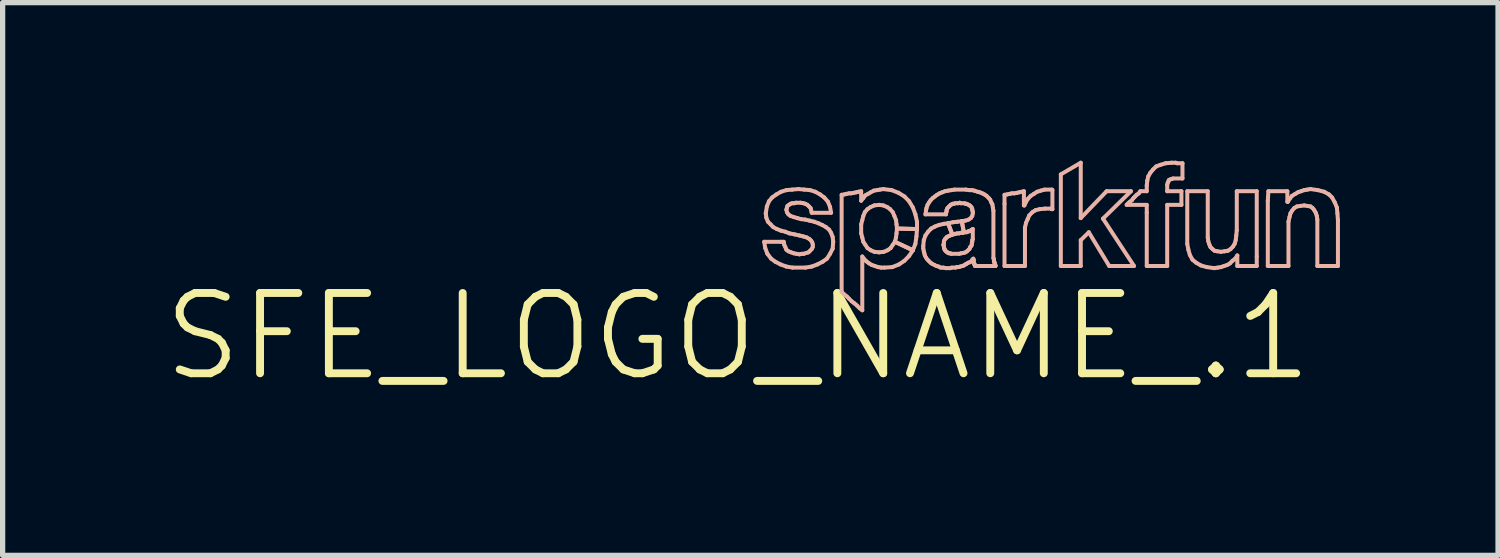
<source format=kicad_pcb>
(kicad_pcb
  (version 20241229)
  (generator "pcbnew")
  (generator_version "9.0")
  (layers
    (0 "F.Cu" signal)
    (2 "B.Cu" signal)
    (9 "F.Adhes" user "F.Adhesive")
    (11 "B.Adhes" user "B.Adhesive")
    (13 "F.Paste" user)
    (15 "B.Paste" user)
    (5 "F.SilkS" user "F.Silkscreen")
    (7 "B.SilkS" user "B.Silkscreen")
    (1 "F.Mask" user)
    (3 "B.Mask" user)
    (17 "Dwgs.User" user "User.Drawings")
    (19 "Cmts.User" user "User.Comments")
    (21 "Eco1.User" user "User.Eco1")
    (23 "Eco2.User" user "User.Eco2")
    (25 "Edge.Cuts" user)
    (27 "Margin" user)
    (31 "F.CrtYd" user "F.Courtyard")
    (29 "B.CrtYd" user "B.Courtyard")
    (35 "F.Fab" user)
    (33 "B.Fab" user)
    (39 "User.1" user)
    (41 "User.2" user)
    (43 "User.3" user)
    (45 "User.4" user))
  (footprint "SFE_LOGO_NAME_.1"
    (layer "F.Cu")
    (at 10.958 3.338)
    (property "Reference" "SFE_LOGO_NAME_.1" (at 0 0 0) (layer "F.SilkS") (effects (font (size 1.524 1.524) (thickness 0.15))))
    (attr exclude_from_pos_files exclude_from_bom)
    (fp_line (start 0.498 -1.798) (end 0.818 -1.798) (stroke (width 0.076) (type solid)) (layer "B.SilkS"))
    (fp_line (start 0.518 -1.679) (end 0.498 -1.798) (stroke (width 0.076) (type solid)) (layer "B.SilkS"))
    (fp_line (start 0.528 -2.339) (end 0.549 -2.469) (stroke (width 0.076) (type solid)) (layer "B.SilkS"))
    (fp_line (start 0.538 -2.258) (end 0.528 -2.339) (stroke (width 0.076) (type solid)) (layer "B.SilkS"))
    (fp_line (start 0.549 -2.469) (end 0.589 -2.568) (stroke (width 0.076) (type solid)) (layer "B.SilkS"))
    (fp_line (start 0.559 -1.57) (end 0.518 -1.679) (stroke (width 0.076) (type solid)) (layer "B.SilkS"))
    (fp_line (start 0.569 -2.179) (end 0.538 -2.258) (stroke (width 0.076) (type solid)) (layer "B.SilkS"))
    (fp_line (start 0.589 -2.568) (end 0.648 -2.639) (stroke (width 0.076) (type solid)) (layer "B.SilkS"))
    (fp_line (start 0.62 -2.129) (end 0.569 -2.179) (stroke (width 0.076) (type solid)) (layer "B.SilkS"))
    (fp_line (start 0.63 -1.478) (end 0.559 -1.57) (stroke (width 0.076) (type solid)) (layer "B.SilkS"))
    (fp_line (start 0.648 -2.639) (end 0.729 -2.697) (stroke (width 0.076) (type solid)) (layer "B.SilkS"))
    (fp_line (start 0.668 -2.078) (end 0.62 -2.129) (stroke (width 0.076) (type solid)) (layer "B.SilkS"))
    (fp_line (start 0.709 -1.42) (end 0.63 -1.478) (stroke (width 0.076) (type solid)) (layer "B.SilkS"))
    (fp_line (start 0.729 -2.697) (end 0.818 -2.748) (stroke (width 0.076) (type solid)) (layer "B.SilkS"))
    (fp_line (start 0.739 -2.04) (end 0.668 -2.078) (stroke (width 0.076) (type solid)) (layer "B.SilkS"))
    (fp_line (start 0.808 -1.369) (end 0.709 -1.42) (stroke (width 0.076) (type solid)) (layer "B.SilkS"))
    (fp_line (start 0.818 -2.748) (end 0.919 -2.779) (stroke (width 0.076) (type solid)) (layer "B.SilkS"))
    (fp_line (start 0.818 -2.009) (end 0.739 -2.04) (stroke (width 0.076) (type solid)) (layer "B.SilkS"))
    (fp_line (start 0.818 -1.798) (end 0.869 -1.798) (stroke (width 0.076) (type solid)) (layer "B.SilkS"))
    (fp_line (start 0.869 -1.798) (end 0.879 -1.74) (stroke (width 0.076) (type solid)) (layer "B.SilkS"))
    (fp_line (start 0.879 -1.74) (end 0.899 -1.699) (stroke (width 0.076) (type solid)) (layer "B.SilkS"))
    (fp_line (start 0.899 -1.989) (end 0.818 -2.009) (stroke (width 0.076) (type solid)) (layer "B.SilkS"))
    (fp_line (start 0.899 -1.699) (end 0.919 -1.648) (stroke (width 0.076) (type solid)) (layer "B.SilkS"))
    (fp_line (start 0.919 -2.779) (end 1.029 -2.789) (stroke (width 0.076) (type solid)) (layer "B.SilkS"))
    (fp_line (start 0.919 -2.408) (end 0.93 -2.36) (stroke (width 0.076) (type solid)) (layer "B.SilkS"))
    (fp_line (start 0.919 -1.648) (end 0.958 -1.618) (stroke (width 0.076) (type solid)) (layer "B.SilkS"))
    (fp_line (start 0.919 -1.328) (end 0.808 -1.369) (stroke (width 0.076) (type solid)) (layer "B.SilkS"))
    (fp_line (start 0.93 -2.449) (end 0.919 -2.408) (stroke (width 0.076) (type solid)) (layer "B.SilkS"))
    (fp_line (start 0.93 -2.36) (end 0.958 -2.319) (stroke (width 0.076) (type solid)) (layer "B.SilkS"))
    (fp_line (start 0.94 -2.479) (end 0.93 -2.449) (stroke (width 0.076) (type solid)) (layer "B.SilkS"))
    (fp_line (start 0.958 -2.319) (end 0.998 -2.289) (stroke (width 0.076) (type solid)) (layer "B.SilkS"))
    (fp_line (start 0.958 -1.618) (end 1.008 -1.598) (stroke (width 0.076) (type solid)) (layer "B.SilkS"))
    (fp_line (start 0.968 -2.499) (end 0.94 -2.479) (stroke (width 0.076) (type solid)) (layer "B.SilkS"))
    (fp_line (start 0.978 -1.958) (end 0.899 -1.989) (stroke (width 0.076) (type solid)) (layer "B.SilkS"))
    (fp_line (start 0.998 -2.52) (end 0.968 -2.499) (stroke (width 0.076) (type solid)) (layer "B.SilkS"))
    (fp_line (start 0.998 -2.289) (end 1.059 -2.268) (stroke (width 0.076) (type solid)) (layer "B.SilkS"))
    (fp_line (start 1.008 -1.598) (end 1.059 -1.58) (stroke (width 0.076) (type solid)) (layer "B.SilkS"))
    (fp_line (start 1.029 -2.789) (end 1.148 -2.799) (stroke (width 0.076) (type solid)) (layer "B.SilkS"))
    (fp_line (start 1.029 -2.53) (end 0.998 -2.52) (stroke (width 0.076) (type solid)) (layer "B.SilkS"))
    (fp_line (start 1.039 -1.308) (end 0.919 -1.328) (stroke (width 0.076) (type solid)) (layer "B.SilkS"))
    (fp_line (start 1.059 -2.268) (end 1.128 -2.248) (stroke (width 0.076) (type solid)) (layer "B.SilkS"))
    (fp_line (start 1.059 -1.58) (end 1.11 -1.57) (stroke (width 0.076) (type solid)) (layer "B.SilkS"))
    (fp_line (start 1.069 -2.53) (end 1.029 -2.53) (stroke (width 0.076) (type solid)) (layer "B.SilkS"))
    (fp_line (start 1.079 -1.938) (end 0.978 -1.958) (stroke (width 0.076) (type solid)) (layer "B.SilkS"))
    (fp_line (start 1.1 -2.54) (end 1.069 -2.53) (stroke (width 0.076) (type solid)) (layer "B.SilkS"))
    (fp_line (start 1.11 -1.57) (end 1.168 -1.56) (stroke (width 0.076) (type solid)) (layer "B.SilkS"))
    (fp_line (start 1.128 -2.248) (end 1.199 -2.228) (stroke (width 0.076) (type solid)) (layer "B.SilkS"))
    (fp_line (start 1.148 -2.799) (end 1.26 -2.789) (stroke (width 0.076) (type solid)) (layer "B.SilkS"))
    (fp_line (start 1.168 -1.918) (end 1.079 -1.938) (stroke (width 0.076) (type solid)) (layer "B.SilkS"))
    (fp_line (start 1.168 -1.56) (end 1.209 -1.57) (stroke (width 0.076) (type solid)) (layer "B.SilkS"))
    (fp_line (start 1.189 -2.54) (end 1.1 -2.54) (stroke (width 0.076) (type solid)) (layer "B.SilkS"))
    (fp_line (start 1.199 -2.228) (end 1.278 -2.22) (stroke (width 0.076) (type solid)) (layer "B.SilkS"))
    (fp_line (start 1.209 -1.57) (end 1.25 -1.57) (stroke (width 0.076) (type solid)) (layer "B.SilkS"))
    (fp_line (start 1.24 -2.53) (end 1.189 -2.54) (stroke (width 0.076) (type solid)) (layer "B.SilkS"))
    (fp_line (start 1.24 -1.9) (end 1.168 -1.918) (stroke (width 0.076) (type solid)) (layer "B.SilkS"))
    (fp_line (start 1.25 -1.57) (end 1.298 -1.587) (stroke (width 0.076) (type solid)) (layer "B.SilkS"))
    (fp_line (start 1.26 -2.789) (end 1.369 -2.779) (stroke (width 0.076) (type solid)) (layer "B.SilkS"))
    (fp_line (start 1.278 -2.52) (end 1.24 -2.53) (stroke (width 0.076) (type solid)) (layer "B.SilkS"))
    (fp_line (start 1.278 -2.22) (end 1.359 -2.2) (stroke (width 0.076) (type solid)) (layer "B.SilkS"))
    (fp_line (start 1.278 -1.308) (end 1.039 -1.308) (stroke (width 0.076) (type solid)) (layer "B.SilkS"))
    (fp_line (start 1.298 -1.587) (end 1.339 -1.598) (stroke (width 0.076) (type solid)) (layer "B.SilkS"))
    (fp_line (start 1.308 -1.88) (end 1.24 -1.9) (stroke (width 0.076) (type solid)) (layer "B.SilkS"))
    (fp_line (start 1.318 -2.499) (end 1.278 -2.52) (stroke (width 0.076) (type solid)) (layer "B.SilkS"))
    (fp_line (start 1.339 -1.598) (end 1.369 -1.628) (stroke (width 0.076) (type solid)) (layer "B.SilkS"))
    (fp_line (start 1.349 -2.469) (end 1.318 -2.499) (stroke (width 0.076) (type solid)) (layer "B.SilkS"))
    (fp_line (start 1.359 -2.2) (end 1.448 -2.179) (stroke (width 0.076) (type solid)) (layer "B.SilkS"))
    (fp_line (start 1.359 -1.849) (end 1.308 -1.88) (stroke (width 0.076) (type solid)) (layer "B.SilkS"))
    (fp_line (start 1.369 -2.779) (end 1.468 -2.748) (stroke (width 0.076) (type solid)) (layer "B.SilkS"))
    (fp_line (start 1.369 -1.628) (end 1.4 -1.659) (stroke (width 0.076) (type solid)) (layer "B.SilkS"))
    (fp_line (start 1.379 -2.438) (end 1.349 -2.469) (stroke (width 0.076) (type solid)) (layer "B.SilkS"))
    (fp_line (start 1.389 -2.398) (end 1.379 -2.438) (stroke (width 0.076) (type solid)) (layer "B.SilkS"))
    (fp_line (start 1.389 -1.819) (end 1.359 -1.849) (stroke (width 0.076) (type solid)) (layer "B.SilkS"))
    (fp_line (start 1.4 -2.349) (end 1.389 -2.398) (stroke (width 0.076) (type solid)) (layer "B.SilkS"))
    (fp_line (start 1.4 -1.659) (end 1.42 -1.699) (stroke (width 0.076) (type solid)) (layer "B.SilkS"))
    (fp_line (start 1.4 -1.328) (end 1.278 -1.308) (stroke (width 0.076) (type solid)) (layer "B.SilkS"))
    (fp_line (start 1.41 -1.788) (end 1.389 -1.819) (stroke (width 0.076) (type solid)) (layer "B.SilkS"))
    (fp_line (start 1.42 -1.748) (end 1.41 -1.788) (stroke (width 0.076) (type solid)) (layer "B.SilkS"))
    (fp_line (start 1.42 -1.699) (end 1.42 -1.748) (stroke (width 0.076) (type solid)) (layer "B.SilkS"))
    (fp_line (start 1.448 -2.179) (end 1.529 -2.149) (stroke (width 0.076) (type solid)) (layer "B.SilkS"))
    (fp_line (start 1.468 -2.748) (end 1.56 -2.697) (stroke (width 0.076) (type solid)) (layer "B.SilkS"))
    (fp_line (start 1.509 -1.369) (end 1.4 -1.328) (stroke (width 0.076) (type solid)) (layer "B.SilkS"))
    (fp_line (start 1.529 -2.149) (end 1.598 -2.118) (stroke (width 0.076) (type solid)) (layer "B.SilkS"))
    (fp_line (start 1.56 -2.697) (end 1.638 -2.639) (stroke (width 0.076) (type solid)) (layer "B.SilkS"))
    (fp_line (start 1.598 -2.118) (end 1.669 -2.078) (stroke (width 0.076) (type solid)) (layer "B.SilkS"))
    (fp_line (start 1.608 -1.42) (end 1.509 -1.369) (stroke (width 0.076) (type solid)) (layer "B.SilkS"))
    (fp_line (start 1.638 -2.639) (end 1.709 -2.558) (stroke (width 0.076) (type solid)) (layer "B.SilkS"))
    (fp_line (start 1.669 -2.078) (end 1.73 -2.029) (stroke (width 0.076) (type solid)) (layer "B.SilkS"))
    (fp_line (start 1.689 -1.478) (end 1.608 -1.42) (stroke (width 0.076) (type solid)) (layer "B.SilkS"))
    (fp_line (start 1.709 -2.558) (end 1.748 -2.459) (stroke (width 0.076) (type solid)) (layer "B.SilkS"))
    (fp_line (start 1.73 -2.029) (end 1.768 -1.968) (stroke (width 0.076) (type solid)) (layer "B.SilkS"))
    (fp_line (start 1.748 -2.459) (end 1.768 -2.349) (stroke (width 0.076) (type solid)) (layer "B.SilkS"))
    (fp_line (start 1.748 -1.57) (end 1.689 -1.478) (stroke (width 0.076) (type solid)) (layer "B.SilkS"))
    (fp_line (start 1.768 -2.349) (end 1.4 -2.349) (stroke (width 0.076) (type solid)) (layer "B.SilkS"))
    (fp_line (start 1.768 -1.968) (end 1.798 -1.89) (stroke (width 0.076) (type solid)) (layer "B.SilkS"))
    (fp_line (start 1.798 -1.89) (end 1.808 -1.798) (stroke (width 0.076) (type solid)) (layer "B.SilkS"))
    (fp_line (start 1.798 -1.669) (end 1.748 -1.57) (stroke (width 0.076) (type solid)) (layer "B.SilkS"))
    (fp_line (start 1.808 -1.798) (end 1.798 -1.669) (stroke (width 0.076) (type solid)) (layer "B.SilkS"))
    (fp_line (start 1.968 -2.69) (end 2.019 -2.697) (stroke (width 0.076) (type solid)) (layer "B.SilkS"))
    (fp_line (start 1.968 -0.848) (end 1.968 -2.69) (stroke (width 0.076) (type solid)) (layer "B.SilkS"))
    (fp_line (start 2.019 -2.697) (end 2.06 -2.708) (stroke (width 0.076) (type solid)) (layer "B.SilkS"))
    (fp_line (start 2.019 -0.798) (end 1.968 -0.848) (stroke (width 0.076) (type solid)) (layer "B.SilkS"))
    (fp_line (start 2.06 -2.708) (end 2.108 -2.718) (stroke (width 0.076) (type solid)) (layer "B.SilkS"))
    (fp_line (start 2.068 -0.759) (end 2.019 -0.798) (stroke (width 0.076) (type solid)) (layer "B.SilkS"))
    (fp_line (start 2.108 -2.718) (end 2.149 -2.718) (stroke (width 0.076) (type solid)) (layer "B.SilkS"))
    (fp_line (start 2.108 -0.719) (end 2.068 -0.759) (stroke (width 0.076) (type solid)) (layer "B.SilkS"))
    (fp_line (start 2.149 -2.718) (end 2.2 -2.728) (stroke (width 0.076) (type solid)) (layer "B.SilkS"))
    (fp_line (start 2.159 -0.668) (end 2.108 -0.719) (stroke (width 0.076) (type solid)) (layer "B.SilkS"))
    (fp_line (start 2.2 -2.728) (end 2.248 -2.738) (stroke (width 0.076) (type solid)) (layer "B.SilkS"))
    (fp_line (start 2.21 -0.63) (end 2.159 -0.668) (stroke (width 0.076) (type solid)) (layer "B.SilkS"))
    (fp_line (start 2.248 -2.738) (end 2.289 -2.748) (stroke (width 0.076) (type solid)) (layer "B.SilkS"))
    (fp_line (start 2.258 -0.589) (end 2.21 -0.63) (stroke (width 0.076) (type solid)) (layer "B.SilkS"))
    (fp_line (start 2.289 -2.748) (end 2.339 -2.758) (stroke (width 0.076) (type solid)) (layer "B.SilkS"))
    (fp_line (start 2.309 -0.538) (end 2.258 -0.589) (stroke (width 0.076) (type solid)) (layer "B.SilkS"))
    (fp_line (start 2.339 -2.758) (end 2.339 -2.578) (stroke (width 0.076) (type solid)) (layer "B.SilkS"))
    (fp_line (start 2.339 -2.578) (end 2.38 -2.629) (stroke (width 0.076) (type solid)) (layer "B.SilkS"))
    (fp_line (start 2.339 -2.129) (end 2.339 -1.958) (stroke (width 0.076) (type solid)) (layer "B.SilkS"))
    (fp_line (start 2.339 -1.958) (end 2.36 -1.88) (stroke (width 0.076) (type solid)) (layer "B.SilkS"))
    (fp_line (start 2.36 -2.21) (end 2.339 -2.129) (stroke (width 0.076) (type solid)) (layer "B.SilkS"))
    (fp_line (start 2.36 -1.88) (end 2.38 -1.798) (stroke (width 0.076) (type solid)) (layer "B.SilkS"))
    (fp_line (start 2.36 -1.519) (end 2.36 -0.498) (stroke (width 0.076) (type solid)) (layer "B.SilkS"))
    (fp_line (start 2.36 -0.498) (end 2.309 -0.538) (stroke (width 0.076) (type solid)) (layer "B.SilkS"))
    (fp_line (start 2.38 -2.629) (end 2.418 -2.68) (stroke (width 0.076) (type solid)) (layer "B.SilkS"))
    (fp_line (start 2.38 -2.289) (end 2.36 -2.21) (stroke (width 0.076) (type solid)) (layer "B.SilkS"))
    (fp_line (start 2.38 -1.798) (end 2.418 -1.74) (stroke (width 0.076) (type solid)) (layer "B.SilkS"))
    (fp_line (start 2.398 -1.468) (end 2.36 -1.519) (stroke (width 0.076) (type solid)) (layer "B.SilkS"))
    (fp_line (start 2.408 -2.36) (end 2.38 -2.289) (stroke (width 0.076) (type solid)) (layer "B.SilkS"))
    (fp_line (start 2.418 -2.68) (end 2.469 -2.708) (stroke (width 0.076) (type solid)) (layer "B.SilkS"))
    (fp_line (start 2.418 -1.74) (end 2.459 -1.679) (stroke (width 0.076) (type solid)) (layer "B.SilkS"))
    (fp_line (start 2.438 -1.427) (end 2.398 -1.468) (stroke (width 0.076) (type solid)) (layer "B.SilkS"))
    (fp_line (start 2.459 -2.418) (end 2.408 -2.36) (stroke (width 0.076) (type solid)) (layer "B.SilkS"))
    (fp_line (start 2.459 -1.679) (end 2.52 -1.638) (stroke (width 0.076) (type solid)) (layer "B.SilkS"))
    (fp_line (start 2.469 -2.708) (end 2.52 -2.738) (stroke (width 0.076) (type solid)) (layer "B.SilkS"))
    (fp_line (start 2.489 -1.389) (end 2.438 -1.427) (stroke (width 0.076) (type solid)) (layer "B.SilkS"))
    (fp_line (start 2.52 -2.738) (end 2.578 -2.769) (stroke (width 0.076) (type solid)) (layer "B.SilkS"))
    (fp_line (start 2.52 -2.459) (end 2.459 -2.418) (stroke (width 0.076) (type solid)) (layer "B.SilkS"))
    (fp_line (start 2.52 -1.638) (end 2.588 -1.608) (stroke (width 0.076) (type solid)) (layer "B.SilkS"))
    (fp_line (start 2.54 -1.359) (end 2.489 -1.389) (stroke (width 0.076) (type solid)) (layer "B.SilkS"))
    (fp_line (start 2.578 -2.769) (end 2.639 -2.779) (stroke (width 0.076) (type solid)) (layer "B.SilkS"))
    (fp_line (start 2.588 -2.489) (end 2.52 -2.459) (stroke (width 0.076) (type solid)) (layer "B.SilkS"))
    (fp_line (start 2.588 -1.608) (end 2.68 -1.598) (stroke (width 0.076) (type solid)) (layer "B.SilkS"))
    (fp_line (start 2.598 -1.339) (end 2.54 -1.359) (stroke (width 0.076) (type solid)) (layer "B.SilkS"))
    (fp_line (start 2.639 -2.779) (end 2.697 -2.789) (stroke (width 0.076) (type solid)) (layer "B.SilkS"))
    (fp_line (start 2.659 -1.318) (end 2.598 -1.339) (stroke (width 0.076) (type solid)) (layer "B.SilkS"))
    (fp_line (start 2.68 -2.499) (end 2.588 -2.489) (stroke (width 0.076) (type solid)) (layer "B.SilkS"))
    (fp_line (start 2.68 -1.598) (end 2.769 -1.608) (stroke (width 0.076) (type solid)) (layer "B.SilkS"))
    (fp_line (start 2.697 -2.789) (end 2.758 -2.799) (stroke (width 0.076) (type solid)) (layer "B.SilkS"))
    (fp_line (start 2.718 -1.308) (end 2.659 -1.318) (stroke (width 0.076) (type solid)) (layer "B.SilkS"))
    (fp_line (start 2.758 -2.799) (end 2.918 -2.779) (stroke (width 0.076) (type solid)) (layer "B.SilkS"))
    (fp_line (start 2.758 -2.489) (end 2.68 -2.499) (stroke (width 0.076) (type solid)) (layer "B.SilkS"))
    (fp_line (start 2.769 -1.608) (end 2.84 -1.638) (stroke (width 0.076) (type solid)) (layer "B.SilkS"))
    (fp_line (start 2.779 -1.308) (end 2.718 -1.308) (stroke (width 0.076) (type solid)) (layer "B.SilkS"))
    (fp_line (start 2.83 -2.459) (end 2.758 -2.489) (stroke (width 0.076) (type solid)) (layer "B.SilkS"))
    (fp_line (start 2.84 -1.638) (end 2.898 -1.679) (stroke (width 0.076) (type solid)) (layer "B.SilkS"))
    (fp_line (start 2.888 -2.418) (end 2.83 -2.459) (stroke (width 0.076) (type solid)) (layer "B.SilkS"))
    (fp_line (start 2.898 -1.679) (end 2.939 -1.74) (stroke (width 0.076) (type solid)) (layer "B.SilkS"))
    (fp_line (start 2.918 -2.779) (end 3.048 -2.728) (stroke (width 0.076) (type solid)) (layer "B.SilkS"))
    (fp_line (start 2.929 -1.318) (end 2.779 -1.308) (stroke (width 0.076) (type solid)) (layer "B.SilkS"))
    (fp_line (start 2.939 -2.36) (end 2.888 -2.418) (stroke (width 0.076) (type solid)) (layer "B.SilkS"))
    (fp_line (start 2.939 -1.74) (end 2.979 -1.798) (stroke (width 0.076) (type solid)) (layer "B.SilkS"))
    (fp_line (start 2.969 -2.289) (end 2.939 -2.36) (stroke (width 0.076) (type solid)) (layer "B.SilkS"))
    (fp_line (start 2.979 -1.798) (end 3 -1.88) (stroke (width 0.076) (type solid)) (layer "B.SilkS"))
    (fp_line (start 2.979 -1.798) (end 3.32 -1.638) (stroke (width 0.076) (type solid)) (layer "B.SilkS"))
    (fp_line (start 3 -2.21) (end 2.969 -2.289) (stroke (width 0.076) (type solid)) (layer "B.SilkS"))
    (fp_line (start 3 -1.88) (end 3.01 -1.958) (stroke (width 0.076) (type solid)) (layer "B.SilkS"))
    (fp_line (start 3.01 -2.129) (end 3 -2.21) (stroke (width 0.076) (type solid)) (layer "B.SilkS"))
    (fp_line (start 3.01 -1.958) (end 3.018 -2.05) (stroke (width 0.076) (type solid)) (layer "B.SilkS"))
    (fp_line (start 3.018 -2.05) (end 3.01 -2.129) (stroke (width 0.076) (type solid)) (layer "B.SilkS"))
    (fp_line (start 3.018 -2.05) (end 3.399 -2.04) (stroke (width 0.076) (type solid)) (layer "B.SilkS"))
    (fp_line (start 3.048 -2.728) (end 3.16 -2.659) (stroke (width 0.076) (type solid)) (layer "B.SilkS"))
    (fp_line (start 3.058 -1.369) (end 2.929 -1.318) (stroke (width 0.076) (type solid)) (layer "B.SilkS"))
    (fp_line (start 3.16 -2.659) (end 3.249 -2.568) (stroke (width 0.076) (type solid)) (layer "B.SilkS"))
    (fp_line (start 3.16 -1.438) (end 3.058 -1.369) (stroke (width 0.076) (type solid)) (layer "B.SilkS"))
    (fp_line (start 3.249 -2.568) (end 3.32 -2.449) (stroke (width 0.076) (type solid)) (layer "B.SilkS"))
    (fp_line (start 3.249 -1.529) (end 3.16 -1.438) (stroke (width 0.076) (type solid)) (layer "B.SilkS"))
    (fp_line (start 3.32 -2.449) (end 3.368 -2.319) (stroke (width 0.076) (type solid)) (layer "B.SilkS"))
    (fp_line (start 3.32 -1.638) (end 2.979 -1.798) (stroke (width 0.076) (type solid)) (layer "B.SilkS"))
    (fp_line (start 3.32 -1.638) (end 3.249 -1.529) (stroke (width 0.076) (type solid)) (layer "B.SilkS"))
    (fp_line (start 3.368 -2.319) (end 3.399 -2.179) (stroke (width 0.076) (type solid)) (layer "B.SilkS"))
    (fp_line (start 3.368 -1.758) (end 3.32 -1.638) (stroke (width 0.076) (type solid)) (layer "B.SilkS"))
    (fp_line (start 3.388 -1.9) (end 3.368 -1.758) (stroke (width 0.076) (type solid)) (layer "B.SilkS"))
    (fp_line (start 3.399 -2.179) (end 3.399 -2.04) (stroke (width 0.076) (type solid)) (layer "B.SilkS"))
    (fp_line (start 3.399 -2.04) (end 3.018 -2.05) (stroke (width 0.076) (type solid)) (layer "B.SilkS"))
    (fp_line (start 3.399 -2.04) (end 3.388 -1.9) (stroke (width 0.076) (type solid)) (layer "B.SilkS"))
    (fp_line (start 3.518 -1.72) (end 3.528 -1.829) (stroke (width 0.076) (type solid)) (layer "B.SilkS"))
    (fp_line (start 3.518 -1.669) (end 3.518 -1.72) (stroke (width 0.076) (type solid)) (layer "B.SilkS"))
    (fp_line (start 3.528 -1.829) (end 3.559 -1.918) (stroke (width 0.076) (type solid)) (layer "B.SilkS"))
    (fp_line (start 3.528 -1.618) (end 3.518 -1.669) (stroke (width 0.076) (type solid)) (layer "B.SilkS"))
    (fp_line (start 3.538 -1.58) (end 3.528 -1.618) (stroke (width 0.076) (type solid)) (layer "B.SilkS"))
    (fp_line (start 3.548 -1.539) (end 3.538 -1.58) (stroke (width 0.076) (type solid)) (layer "B.SilkS"))
    (fp_line (start 3.559 -2.319) (end 3.569 -2.388) (stroke (width 0.076) (type solid)) (layer "B.SilkS"))
    (fp_line (start 3.559 -1.918) (end 3.609 -1.989) (stroke (width 0.076) (type solid)) (layer "B.SilkS"))
    (fp_line (start 3.569 -2.388) (end 3.579 -2.438) (stroke (width 0.076) (type solid)) (layer "B.SilkS"))
    (fp_line (start 3.569 -1.499) (end 3.548 -1.539) (stroke (width 0.076) (type solid)) (layer "B.SilkS"))
    (fp_line (start 3.579 -2.438) (end 3.599 -2.499) (stroke (width 0.076) (type solid)) (layer "B.SilkS"))
    (fp_line (start 3.599 -2.499) (end 3.63 -2.548) (stroke (width 0.076) (type solid)) (layer "B.SilkS"))
    (fp_line (start 3.599 -1.458) (end 3.569 -1.499) (stroke (width 0.076) (type solid)) (layer "B.SilkS"))
    (fp_line (start 3.609 -1.989) (end 3.668 -2.05) (stroke (width 0.076) (type solid)) (layer "B.SilkS"))
    (fp_line (start 3.63 -2.548) (end 3.658 -2.588) (stroke (width 0.076) (type solid)) (layer "B.SilkS"))
    (fp_line (start 3.63 -1.427) (end 3.599 -1.458) (stroke (width 0.076) (type solid)) (layer "B.SilkS"))
    (fp_line (start 3.658 -2.588) (end 3.698 -2.629) (stroke (width 0.076) (type solid)) (layer "B.SilkS"))
    (fp_line (start 3.658 -1.4) (end 3.63 -1.427) (stroke (width 0.076) (type solid)) (layer "B.SilkS"))
    (fp_line (start 3.668 -2.05) (end 3.739 -2.088) (stroke (width 0.076) (type solid)) (layer "B.SilkS"))
    (fp_line (start 3.688 -1.379) (end 3.658 -1.4) (stroke (width 0.076) (type solid)) (layer "B.SilkS"))
    (fp_line (start 3.698 -2.629) (end 3.739 -2.659) (stroke (width 0.076) (type solid)) (layer "B.SilkS"))
    (fp_line (start 3.729 -1.359) (end 3.688 -1.379) (stroke (width 0.076) (type solid)) (layer "B.SilkS"))
    (fp_line (start 3.739 -2.659) (end 3.78 -2.69) (stroke (width 0.076) (type solid)) (layer "B.SilkS"))
    (fp_line (start 3.739 -2.088) (end 3.818 -2.118) (stroke (width 0.076) (type solid)) (layer "B.SilkS"))
    (fp_line (start 3.769 -1.339) (end 3.729 -1.359) (stroke (width 0.076) (type solid)) (layer "B.SilkS"))
    (fp_line (start 3.78 -2.69) (end 3.828 -2.718) (stroke (width 0.076) (type solid)) (layer "B.SilkS"))
    (fp_line (start 3.81 -1.328) (end 3.769 -1.339) (stroke (width 0.076) (type solid)) (layer "B.SilkS"))
    (fp_line (start 3.818 -2.118) (end 3.909 -2.139) (stroke (width 0.076) (type solid)) (layer "B.SilkS"))
    (fp_line (start 3.828 -2.718) (end 3.879 -2.738) (stroke (width 0.076) (type solid)) (layer "B.SilkS"))
    (fp_line (start 3.848 -1.308) (end 3.81 -1.328) (stroke (width 0.076) (type solid)) (layer "B.SilkS"))
    (fp_line (start 3.879 -2.738) (end 3.929 -2.758) (stroke (width 0.076) (type solid)) (layer "B.SilkS"))
    (fp_line (start 3.899 -1.74) (end 3.909 -1.72) (stroke (width 0.076) (type solid)) (layer "B.SilkS"))
    (fp_line (start 3.899 -1.308) (end 3.848 -1.308) (stroke (width 0.076) (type solid)) (layer "B.SilkS"))
    (fp_line (start 3.909 -2.139) (end 3.988 -2.149) (stroke (width 0.076) (type solid)) (layer "B.SilkS"))
    (fp_line (start 3.909 -1.808) (end 3.909 -1.768) (stroke (width 0.076) (type solid)) (layer "B.SilkS"))
    (fp_line (start 3.909 -1.768) (end 3.899 -1.74) (stroke (width 0.076) (type solid)) (layer "B.SilkS"))
    (fp_line (start 3.909 -1.72) (end 3.909 -1.699) (stroke (width 0.076) (type solid)) (layer "B.SilkS"))
    (fp_line (start 3.909 -1.699) (end 3.919 -1.669) (stroke (width 0.076) (type solid)) (layer "B.SilkS"))
    (fp_line (start 3.919 -1.829) (end 3.909 -1.808) (stroke (width 0.076) (type solid)) (layer "B.SilkS"))
    (fp_line (start 3.919 -1.669) (end 3.919 -1.659) (stroke (width 0.076) (type solid)) (layer "B.SilkS"))
    (fp_line (start 3.919 -1.659) (end 3.929 -1.638) (stroke (width 0.076) (type solid)) (layer "B.SilkS"))
    (fp_line (start 3.929 -2.758) (end 3.988 -2.769) (stroke (width 0.076) (type solid)) (layer "B.SilkS"))
    (fp_line (start 3.929 -1.849) (end 3.919 -1.829) (stroke (width 0.076) (type solid)) (layer "B.SilkS"))
    (fp_line (start 3.929 -1.638) (end 3.95 -1.618) (stroke (width 0.076) (type solid)) (layer "B.SilkS"))
    (fp_line (start 3.95 -2.349) (end 3.95 -2.319) (stroke (width 0.076) (type solid)) (layer "B.SilkS"))
    (fp_line (start 3.95 -2.319) (end 3.559 -2.319) (stroke (width 0.076) (type solid)) (layer "B.SilkS"))
    (fp_line (start 3.95 -1.869) (end 3.929 -1.849) (stroke (width 0.076) (type solid)) (layer "B.SilkS"))
    (fp_line (start 3.95 -1.618) (end 3.96 -1.608) (stroke (width 0.076) (type solid)) (layer "B.SilkS"))
    (fp_line (start 3.95 -1.298) (end 3.899 -1.308) (stroke (width 0.076) (type solid)) (layer "B.SilkS"))
    (fp_line (start 3.96 -2.398) (end 3.96 -2.37) (stroke (width 0.076) (type solid)) (layer "B.SilkS"))
    (fp_line (start 3.96 -2.37) (end 3.95 -2.349) (stroke (width 0.076) (type solid)) (layer "B.SilkS"))
    (fp_line (start 3.96 -1.88) (end 3.95 -1.869) (stroke (width 0.076) (type solid)) (layer "B.SilkS"))
    (fp_line (start 3.96 -1.608) (end 3.978 -1.598) (stroke (width 0.076) (type solid)) (layer "B.SilkS"))
    (fp_line (start 3.967 -2.418) (end 3.96 -2.398) (stroke (width 0.076) (type solid)) (layer "B.SilkS"))
    (fp_line (start 3.967 -1.89) (end 3.96 -1.88) (stroke (width 0.076) (type solid)) (layer "B.SilkS"))
    (fp_line (start 3.978 -2.438) (end 3.967 -2.418) (stroke (width 0.076) (type solid)) (layer "B.SilkS"))
    (fp_line (start 3.978 -1.598) (end 3.988 -1.587) (stroke (width 0.076) (type solid)) (layer "B.SilkS"))
    (fp_line (start 3.988 -2.769) (end 4.049 -2.779) (stroke (width 0.076) (type solid)) (layer "B.SilkS"))
    (fp_line (start 3.988 -2.149) (end 4.069 -1.938) (stroke (width 0.076) (type solid)) (layer "B.SilkS"))
    (fp_line (start 3.988 -2.149) (end 4.079 -2.169) (stroke (width 0.076) (type solid)) (layer "B.SilkS"))
    (fp_line (start 3.988 -1.9) (end 3.967 -1.89) (stroke (width 0.076) (type solid)) (layer "B.SilkS"))
    (fp_line (start 3.988 -1.587) (end 4.008 -1.58) (stroke (width 0.076) (type solid)) (layer "B.SilkS"))
    (fp_line (start 3.998 -2.459) (end 3.978 -2.438) (stroke (width 0.076) (type solid)) (layer "B.SilkS"))
    (fp_line (start 4.008 -2.469) (end 3.998 -2.459) (stroke (width 0.076) (type solid)) (layer "B.SilkS"))
    (fp_line (start 4.008 -1.908) (end 3.988 -1.9) (stroke (width 0.076) (type solid)) (layer "B.SilkS"))
    (fp_line (start 4.008 -1.58) (end 4.028 -1.58) (stroke (width 0.076) (type solid)) (layer "B.SilkS"))
    (fp_line (start 4.028 -2.489) (end 4.008 -2.469) (stroke (width 0.076) (type solid)) (layer "B.SilkS"))
    (fp_line (start 4.028 -1.918) (end 4.008 -1.908) (stroke (width 0.076) (type solid)) (layer "B.SilkS"))
    (fp_line (start 4.028 -1.58) (end 4.049 -1.57) (stroke (width 0.076) (type solid)) (layer "B.SilkS"))
    (fp_line (start 4.028 -1.298) (end 3.95 -1.298) (stroke (width 0.076) (type solid)) (layer "B.SilkS"))
    (fp_line (start 4.039 -2.499) (end 4.028 -2.489) (stroke (width 0.076) (type solid)) (layer "B.SilkS"))
    (fp_line (start 4.049 -2.779) (end 4.11 -2.789) (stroke (width 0.076) (type solid)) (layer "B.SilkS"))
    (fp_line (start 4.049 -1.928) (end 4.028 -1.918) (stroke (width 0.076) (type solid)) (layer "B.SilkS"))
    (fp_line (start 4.049 -1.57) (end 4.199 -1.57) (stroke (width 0.076) (type solid)) (layer "B.SilkS"))
    (fp_line (start 4.059 -2.51) (end 4.039 -2.499) (stroke (width 0.076) (type solid)) (layer "B.SilkS"))
    (fp_line (start 4.059 -1.308) (end 4.028 -1.298) (stroke (width 0.076) (type solid)) (layer "B.SilkS"))
    (fp_line (start 4.069 -1.938) (end 3.988 -2.149) (stroke (width 0.076) (type solid)) (layer "B.SilkS"))
    (fp_line (start 4.069 -1.938) (end 4.049 -1.928) (stroke (width 0.076) (type solid)) (layer "B.SilkS"))
    (fp_line (start 4.079 -2.52) (end 4.059 -2.51) (stroke (width 0.076) (type solid)) (layer "B.SilkS"))
    (fp_line (start 4.079 -2.169) (end 4.168 -2.179) (stroke (width 0.076) (type solid)) (layer "B.SilkS"))
    (fp_line (start 4.089 -1.938) (end 4.069 -1.938) (stroke (width 0.076) (type solid)) (layer "B.SilkS"))
    (fp_line (start 4.1 -2.52) (end 4.079 -2.52) (stroke (width 0.076) (type solid)) (layer "B.SilkS"))
    (fp_line (start 4.11 -2.789) (end 4.328 -2.789) (stroke (width 0.076) (type solid)) (layer "B.SilkS"))
    (fp_line (start 4.11 -1.948) (end 4.089 -1.938) (stroke (width 0.076) (type solid)) (layer "B.SilkS"))
    (fp_line (start 4.128 -2.53) (end 4.1 -2.52) (stroke (width 0.076) (type solid)) (layer "B.SilkS"))
    (fp_line (start 4.128 -1.948) (end 4.11 -1.948) (stroke (width 0.076) (type solid)) (layer "B.SilkS"))
    (fp_line (start 4.128 -1.308) (end 4.059 -1.308) (stroke (width 0.076) (type solid)) (layer "B.SilkS"))
    (fp_line (start 4.158 -1.958) (end 4.128 -1.948) (stroke (width 0.076) (type solid)) (layer "B.SilkS"))
    (fp_line (start 4.158 -1.318) (end 4.128 -1.308) (stroke (width 0.076) (type solid)) (layer "B.SilkS"))
    (fp_line (start 4.168 -2.179) (end 4.249 -2.189) (stroke (width 0.076) (type solid)) (layer "B.SilkS"))
    (fp_line (start 4.178 -2.53) (end 4.128 -2.53) (stroke (width 0.076) (type solid)) (layer "B.SilkS"))
    (fp_line (start 4.188 -1.318) (end 4.158 -1.318) (stroke (width 0.076) (type solid)) (layer "B.SilkS"))
    (fp_line (start 4.199 -1.958) (end 4.158 -1.958) (stroke (width 0.076) (type solid)) (layer "B.SilkS"))
    (fp_line (start 4.199 -1.57) (end 4.239 -1.58) (stroke (width 0.076) (type solid)) (layer "B.SilkS"))
    (fp_line (start 4.209 -2.54) (end 4.178 -2.53) (stroke (width 0.076) (type solid)) (layer "B.SilkS"))
    (fp_line (start 4.219 -1.328) (end 4.188 -1.318) (stroke (width 0.076) (type solid)) (layer "B.SilkS"))
    (fp_line (start 4.229 -2.53) (end 4.209 -2.54) (stroke (width 0.076) (type solid)) (layer "B.SilkS"))
    (fp_line (start 4.229 -1.968) (end 4.199 -1.958) (stroke (width 0.076) (type solid)) (layer "B.SilkS"))
    (fp_line (start 4.239 -1.58) (end 4.28 -1.587) (stroke (width 0.076) (type solid)) (layer "B.SilkS"))
    (fp_line (start 4.249 -2.189) (end 4.288 -1.979) (stroke (width 0.076) (type solid)) (layer "B.SilkS"))
    (fp_line (start 4.249 -2.189) (end 4.318 -2.2) (stroke (width 0.076) (type solid)) (layer "B.SilkS"))
    (fp_line (start 4.26 -1.339) (end 4.219 -1.328) (stroke (width 0.076) (type solid)) (layer "B.SilkS"))
    (fp_line (start 4.27 -1.968) (end 4.229 -1.968) (stroke (width 0.076) (type solid)) (layer "B.SilkS"))
    (fp_line (start 4.28 -1.587) (end 4.318 -1.598) (stroke (width 0.076) (type solid)) (layer "B.SilkS"))
    (fp_line (start 4.288 -1.979) (end 4.249 -2.189) (stroke (width 0.076) (type solid)) (layer "B.SilkS"))
    (fp_line (start 4.288 -1.979) (end 4.27 -1.968) (stroke (width 0.076) (type solid)) (layer "B.SilkS"))
    (fp_line (start 4.288 -1.349) (end 4.26 -1.339) (stroke (width 0.076) (type solid)) (layer "B.SilkS"))
    (fp_line (start 4.298 -2.53) (end 4.229 -2.53) (stroke (width 0.076) (type solid)) (layer "B.SilkS"))
    (fp_line (start 4.318 -2.52) (end 4.298 -2.53) (stroke (width 0.076) (type solid)) (layer "B.SilkS"))
    (fp_line (start 4.318 -2.2) (end 4.379 -2.22) (stroke (width 0.076) (type solid)) (layer "B.SilkS"))
    (fp_line (start 4.318 -1.598) (end 4.348 -1.618) (stroke (width 0.076) (type solid)) (layer "B.SilkS"))
    (fp_line (start 4.318 -1.369) (end 4.288 -1.349) (stroke (width 0.076) (type solid)) (layer "B.SilkS"))
    (fp_line (start 4.328 -2.789) (end 4.389 -2.779) (stroke (width 0.076) (type solid)) (layer "B.SilkS"))
    (fp_line (start 4.338 -2.52) (end 4.318 -2.52) (stroke (width 0.076) (type solid)) (layer "B.SilkS"))
    (fp_line (start 4.338 -1.979) (end 4.288 -1.979) (stroke (width 0.076) (type solid)) (layer "B.SilkS"))
    (fp_line (start 4.338 -1.379) (end 4.318 -1.369) (stroke (width 0.076) (type solid)) (layer "B.SilkS"))
    (fp_line (start 4.348 -1.618) (end 4.379 -1.648) (stroke (width 0.076) (type solid)) (layer "B.SilkS"))
    (fp_line (start 4.359 -2.51) (end 4.338 -2.52) (stroke (width 0.076) (type solid)) (layer "B.SilkS"))
    (fp_line (start 4.359 -1.989) (end 4.338 -1.979) (stroke (width 0.076) (type solid)) (layer "B.SilkS"))
    (fp_line (start 4.369 -1.4) (end 4.338 -1.379) (stroke (width 0.076) (type solid)) (layer "B.SilkS"))
    (fp_line (start 4.379 -2.499) (end 4.359 -2.51) (stroke (width 0.076) (type solid)) (layer "B.SilkS"))
    (fp_line (start 4.379 -2.22) (end 4.42 -2.248) (stroke (width 0.076) (type solid)) (layer "B.SilkS"))
    (fp_line (start 4.379 -1.999) (end 4.359 -1.989) (stroke (width 0.076) (type solid)) (layer "B.SilkS"))
    (fp_line (start 4.379 -1.648) (end 4.399 -1.669) (stroke (width 0.076) (type solid)) (layer "B.SilkS"))
    (fp_line (start 4.389 -2.779) (end 4.44 -2.779) (stroke (width 0.076) (type solid)) (layer "B.SilkS"))
    (fp_line (start 4.399 -2.489) (end 4.379 -2.499) (stroke (width 0.076) (type solid)) (layer "B.SilkS"))
    (fp_line (start 4.399 -1.999) (end 4.379 -1.999) (stroke (width 0.076) (type solid)) (layer "B.SilkS"))
    (fp_line (start 4.399 -1.669) (end 4.409 -1.699) (stroke (width 0.076) (type solid)) (layer "B.SilkS"))
    (fp_line (start 4.399 -1.41) (end 4.369 -1.4) (stroke (width 0.076) (type solid)) (layer "B.SilkS"))
    (fp_line (start 4.409 -2.479) (end 4.399 -2.489) (stroke (width 0.076) (type solid)) (layer "B.SilkS"))
    (fp_line (start 4.409 -2.009) (end 4.399 -1.999) (stroke (width 0.076) (type solid)) (layer "B.SilkS"))
    (fp_line (start 4.409 -1.699) (end 4.43 -1.72) (stroke (width 0.076) (type solid)) (layer "B.SilkS"))
    (fp_line (start 4.42 -2.248) (end 4.448 -2.289) (stroke (width 0.076) (type solid)) (layer "B.SilkS"))
    (fp_line (start 4.43 -2.459) (end 4.409 -2.479) (stroke (width 0.076) (type solid)) (layer "B.SilkS"))
    (fp_line (start 4.43 -2.019) (end 4.409 -2.009) (stroke (width 0.076) (type solid)) (layer "B.SilkS"))
    (fp_line (start 4.43 -1.72) (end 4.44 -1.748) (stroke (width 0.076) (type solid)) (layer "B.SilkS"))
    (fp_line (start 4.43 -1.427) (end 4.399 -1.41) (stroke (width 0.076) (type solid)) (layer "B.SilkS"))
    (fp_line (start 4.44 -2.779) (end 4.488 -2.769) (stroke (width 0.076) (type solid)) (layer "B.SilkS"))
    (fp_line (start 4.44 -2.438) (end 4.43 -2.459) (stroke (width 0.076) (type solid)) (layer "B.SilkS"))
    (fp_line (start 4.44 -2.029) (end 4.43 -2.019) (stroke (width 0.076) (type solid)) (layer "B.SilkS"))
    (fp_line (start 4.44 -1.778) (end 4.448 -1.798) (stroke (width 0.076) (type solid)) (layer "B.SilkS"))
    (fp_line (start 4.44 -1.748) (end 4.44 -1.778) (stroke (width 0.076) (type solid)) (layer "B.SilkS"))
    (fp_line (start 4.448 -2.418) (end 4.44 -2.438) (stroke (width 0.076) (type solid)) (layer "B.SilkS"))
    (fp_line (start 4.448 -2.398) (end 4.448 -2.418) (stroke (width 0.076) (type solid)) (layer "B.SilkS"))
    (fp_line (start 4.448 -2.289) (end 4.458 -2.339) (stroke (width 0.076) (type solid)) (layer "B.SilkS"))
    (fp_line (start 4.448 -1.829) (end 4.458 -1.849) (stroke (width 0.076) (type solid)) (layer "B.SilkS"))
    (fp_line (start 4.448 -1.798) (end 4.448 -1.829) (stroke (width 0.076) (type solid)) (layer "B.SilkS"))
    (fp_line (start 4.448 -1.458) (end 4.43 -1.427) (stroke (width 0.076) (type solid)) (layer "B.SilkS"))
    (fp_line (start 4.458 -2.37) (end 4.448 -2.398) (stroke (width 0.076) (type solid)) (layer "B.SilkS"))
    (fp_line (start 4.458 -2.339) (end 4.458 -2.37) (stroke (width 0.076) (type solid)) (layer "B.SilkS"))
    (fp_line (start 4.458 -2.04) (end 4.44 -2.029) (stroke (width 0.076) (type solid)) (layer "B.SilkS"))
    (fp_line (start 4.458 -1.849) (end 4.458 -2.04) (stroke (width 0.076) (type solid)) (layer "B.SilkS"))
    (fp_line (start 4.468 -1.478) (end 4.448 -1.458) (stroke (width 0.076) (type solid)) (layer "B.SilkS"))
    (fp_line (start 4.468 -1.458) (end 4.468 -1.478) (stroke (width 0.076) (type solid)) (layer "B.SilkS"))
    (fp_line (start 4.478 -1.448) (end 4.468 -1.458) (stroke (width 0.076) (type solid)) (layer "B.SilkS"))
    (fp_line (start 4.478 -1.389) (end 4.478 -1.448) (stroke (width 0.076) (type solid)) (layer "B.SilkS"))
    (fp_line (start 4.488 -2.769) (end 4.549 -2.748) (stroke (width 0.076) (type solid)) (layer "B.SilkS"))
    (fp_line (start 4.488 -1.379) (end 4.478 -1.389) (stroke (width 0.076) (type solid)) (layer "B.SilkS"))
    (fp_line (start 4.488 -1.369) (end 4.488 -1.379) (stroke (width 0.076) (type solid)) (layer "B.SilkS"))
    (fp_line (start 4.498 -1.359) (end 4.488 -1.369) (stroke (width 0.076) (type solid)) (layer "B.SilkS"))
    (fp_line (start 4.498 -1.339) (end 4.498 -1.359) (stroke (width 0.076) (type solid)) (layer "B.SilkS"))
    (fp_line (start 4.549 -2.748) (end 4.59 -2.738) (stroke (width 0.076) (type solid)) (layer "B.SilkS"))
    (fp_line (start 4.59 -2.738) (end 4.638 -2.718) (stroke (width 0.076) (type solid)) (layer "B.SilkS"))
    (fp_line (start 4.638 -2.718) (end 4.679 -2.697) (stroke (width 0.076) (type solid)) (layer "B.SilkS"))
    (fp_line (start 4.679 -2.697) (end 4.719 -2.67) (stroke (width 0.076) (type solid)) (layer "B.SilkS"))
    (fp_line (start 4.719 -2.67) (end 4.76 -2.629) (stroke (width 0.076) (type solid)) (layer "B.SilkS"))
    (fp_line (start 4.76 -2.629) (end 4.788 -2.598) (stroke (width 0.076) (type solid)) (layer "B.SilkS"))
    (fp_line (start 4.788 -2.598) (end 4.808 -2.548) (stroke (width 0.076) (type solid)) (layer "B.SilkS"))
    (fp_line (start 4.808 -2.548) (end 4.829 -2.51) (stroke (width 0.076) (type solid)) (layer "B.SilkS"))
    (fp_line (start 4.829 -2.51) (end 4.839 -2.449) (stroke (width 0.076) (type solid)) (layer "B.SilkS"))
    (fp_line (start 4.839 -2.449) (end 4.849 -2.388) (stroke (width 0.076) (type solid)) (layer "B.SilkS"))
    (fp_line (start 4.849 -2.388) (end 4.849 -1.488) (stroke (width 0.076) (type solid)) (layer "B.SilkS"))
    (fp_line (start 4.849 -1.488) (end 4.859 -1.468) (stroke (width 0.076) (type solid)) (layer "B.SilkS"))
    (fp_line (start 4.859 -1.468) (end 4.859 -1.427) (stroke (width 0.076) (type solid)) (layer "B.SilkS"))
    (fp_line (start 4.859 -1.427) (end 4.869 -1.41) (stroke (width 0.076) (type solid)) (layer "B.SilkS"))
    (fp_line (start 4.869 -1.41) (end 4.869 -1.4) (stroke (width 0.076) (type solid)) (layer "B.SilkS"))
    (fp_line (start 4.869 -1.4) (end 4.879 -1.379) (stroke (width 0.076) (type solid)) (layer "B.SilkS"))
    (fp_line (start 4.879 -1.379) (end 4.879 -1.369) (stroke (width 0.076) (type solid)) (layer "B.SilkS"))
    (fp_line (start 4.879 -1.369) (end 4.889 -1.349) (stroke (width 0.076) (type solid)) (layer "B.SilkS"))
    (fp_line (start 4.889 -1.349) (end 4.889 -1.339) (stroke (width 0.076) (type solid)) (layer "B.SilkS"))
    (fp_line (start 4.889 -1.339) (end 4.498 -1.339) (stroke (width 0.076) (type solid)) (layer "B.SilkS"))
    (fp_line (start 5.06 -2.69) (end 5.108 -2.697) (stroke (width 0.076) (type solid)) (layer "B.SilkS"))
    (fp_line (start 5.06 -2.52) (end 5.06 -2.69) (stroke (width 0.076) (type solid)) (layer "B.SilkS"))
    (fp_line (start 5.06 -1.339) (end 5.06 -2.52) (stroke (width 0.076) (type solid)) (layer "B.SilkS"))
    (fp_line (start 5.108 -2.697) (end 5.159 -2.708) (stroke (width 0.076) (type solid)) (layer "B.SilkS"))
    (fp_line (start 5.159 -2.708) (end 5.199 -2.718) (stroke (width 0.076) (type solid)) (layer "B.SilkS"))
    (fp_line (start 5.199 -2.718) (end 5.248 -2.718) (stroke (width 0.076) (type solid)) (layer "B.SilkS"))
    (fp_line (start 5.248 -2.718) (end 5.298 -2.728) (stroke (width 0.076) (type solid)) (layer "B.SilkS"))
    (fp_line (start 5.298 -2.728) (end 5.339 -2.738) (stroke (width 0.076) (type solid)) (layer "B.SilkS"))
    (fp_line (start 5.339 -2.738) (end 5.39 -2.748) (stroke (width 0.076) (type solid)) (layer "B.SilkS"))
    (fp_line (start 5.39 -2.748) (end 5.428 -2.758) (stroke (width 0.076) (type solid)) (layer "B.SilkS"))
    (fp_line (start 5.428 -2.758) (end 5.428 -2.489) (stroke (width 0.076) (type solid)) (layer "B.SilkS"))
    (fp_line (start 5.428 -2.489) (end 5.438 -2.489) (stroke (width 0.076) (type solid)) (layer "B.SilkS"))
    (fp_line (start 5.438 -2.489) (end 5.469 -2.558) (stroke (width 0.076) (type solid)) (layer "B.SilkS"))
    (fp_line (start 5.448 -2.068) (end 5.448 -1.339) (stroke (width 0.076) (type solid)) (layer "B.SilkS"))
    (fp_line (start 5.448 -1.339) (end 5.06 -1.339) (stroke (width 0.076) (type solid)) (layer "B.SilkS"))
    (fp_line (start 5.469 -2.558) (end 5.509 -2.619) (stroke (width 0.076) (type solid)) (layer "B.SilkS"))
    (fp_line (start 5.469 -2.159) (end 5.448 -2.068) (stroke (width 0.076) (type solid)) (layer "B.SilkS"))
    (fp_line (start 5.499 -2.228) (end 5.469 -2.159) (stroke (width 0.076) (type solid)) (layer "B.SilkS"))
    (fp_line (start 5.509 -2.619) (end 5.558 -2.67) (stroke (width 0.076) (type solid)) (layer "B.SilkS"))
    (fp_line (start 5.53 -2.299) (end 5.499 -2.228) (stroke (width 0.076) (type solid)) (layer "B.SilkS"))
    (fp_line (start 5.558 -2.67) (end 5.618 -2.708) (stroke (width 0.076) (type solid)) (layer "B.SilkS"))
    (fp_line (start 5.588 -2.36) (end 5.53 -2.299) (stroke (width 0.076) (type solid)) (layer "B.SilkS"))
    (fp_line (start 5.618 -2.708) (end 5.679 -2.748) (stroke (width 0.076) (type solid)) (layer "B.SilkS"))
    (fp_line (start 5.649 -2.398) (end 5.588 -2.36) (stroke (width 0.076) (type solid)) (layer "B.SilkS"))
    (fp_line (start 5.679 -2.748) (end 5.748 -2.769) (stroke (width 0.076) (type solid)) (layer "B.SilkS"))
    (fp_line (start 5.728 -2.418) (end 5.649 -2.398) (stroke (width 0.076) (type solid)) (layer "B.SilkS"))
    (fp_line (start 5.748 -2.769) (end 5.819 -2.789) (stroke (width 0.076) (type solid)) (layer "B.SilkS"))
    (fp_line (start 5.819 -2.789) (end 5.959 -2.789) (stroke (width 0.076) (type solid)) (layer "B.SilkS"))
    (fp_line (start 5.829 -2.428) (end 5.728 -2.418) (stroke (width 0.076) (type solid)) (layer "B.SilkS"))
    (fp_line (start 5.939 -2.428) (end 5.829 -2.428) (stroke (width 0.076) (type solid)) (layer "B.SilkS"))
    (fp_line (start 5.959 -2.789) (end 5.969 -2.779) (stroke (width 0.076) (type solid)) (layer "B.SilkS"))
    (fp_line (start 5.959 -2.418) (end 5.939 -2.428) (stroke (width 0.076) (type solid)) (layer "B.SilkS"))
    (fp_line (start 5.969 -2.779) (end 5.969 -2.418) (stroke (width 0.076) (type solid)) (layer "B.SilkS"))
    (fp_line (start 5.969 -2.418) (end 5.959 -2.418) (stroke (width 0.076) (type solid)) (layer "B.SilkS"))
    (fp_line (start 6.129 -3.078) (end 6.507 -3.299) (stroke (width 0.076) (type solid)) (layer "B.SilkS"))
    (fp_line (start 6.129 -1.339) (end 6.129 -3.078) (stroke (width 0.076) (type solid)) (layer "B.SilkS"))
    (fp_line (start 6.507 -3.299) (end 6.507 -2.248) (stroke (width 0.076) (type solid)) (layer "B.SilkS"))
    (fp_line (start 6.507 -2.248) (end 6.998 -2.758) (stroke (width 0.076) (type solid)) (layer "B.SilkS"))
    (fp_line (start 6.507 -1.829) (end 6.507 -1.339) (stroke (width 0.076) (type solid)) (layer "B.SilkS"))
    (fp_line (start 6.507 -1.339) (end 6.129 -1.339) (stroke (width 0.076) (type solid)) (layer "B.SilkS"))
    (fp_line (start 6.66 -1.979) (end 6.507 -1.829) (stroke (width 0.076) (type solid)) (layer "B.SilkS"))
    (fp_line (start 6.929 -2.238) (end 7.518 -1.339) (stroke (width 0.076) (type solid)) (layer "B.SilkS"))
    (fp_line (start 6.998 -2.758) (end 7.46 -2.758) (stroke (width 0.076) (type solid)) (layer "B.SilkS"))
    (fp_line (start 7.048 -1.339) (end 6.66 -1.979) (stroke (width 0.076) (type solid)) (layer "B.SilkS"))
    (fp_line (start 7.379 -2.499) (end 7.409 -2.53) (stroke (width 0.076) (type solid)) (layer "B.SilkS"))
    (fp_line (start 7.409 -2.53) (end 7.44 -2.558) (stroke (width 0.076) (type solid)) (layer "B.SilkS"))
    (fp_line (start 7.44 -2.558) (end 7.478 -2.588) (stroke (width 0.076) (type solid)) (layer "B.SilkS"))
    (fp_line (start 7.46 -2.758) (end 6.929 -2.238) (stroke (width 0.076) (type solid)) (layer "B.SilkS"))
    (fp_line (start 7.478 -2.588) (end 7.508 -2.629) (stroke (width 0.076) (type solid)) (layer "B.SilkS"))
    (fp_line (start 7.508 -2.629) (end 7.539 -2.659) (stroke (width 0.076) (type solid)) (layer "B.SilkS"))
    (fp_line (start 7.518 -1.339) (end 7.048 -1.339) (stroke (width 0.076) (type solid)) (layer "B.SilkS"))
    (fp_line (start 7.539 -2.659) (end 7.569 -2.69) (stroke (width 0.076) (type solid)) (layer "B.SilkS"))
    (fp_line (start 7.569 -2.69) (end 7.61 -2.718) (stroke (width 0.076) (type solid)) (layer "B.SilkS"))
    (fp_line (start 7.61 -2.718) (end 7.638 -2.758) (stroke (width 0.076) (type solid)) (layer "B.SilkS"))
    (fp_line (start 7.638 -2.758) (end 7.76 -2.758) (stroke (width 0.076) (type solid)) (layer "B.SilkS"))
    (fp_line (start 7.76 -2.868) (end 7.77 -2.959) (stroke (width 0.076) (type solid)) (layer "B.SilkS"))
    (fp_line (start 7.76 -2.758) (end 7.76 -2.868) (stroke (width 0.076) (type solid)) (layer "B.SilkS"))
    (fp_line (start 7.76 -2.499) (end 7.379 -2.499) (stroke (width 0.076) (type solid)) (layer "B.SilkS"))
    (fp_line (start 7.76 -2.349) (end 7.76 -2.499) (stroke (width 0.076) (type solid)) (layer "B.SilkS"))
    (fp_line (start 7.76 -1.339) (end 7.76 -2.349) (stroke (width 0.076) (type solid)) (layer "B.SilkS"))
    (fp_line (start 7.77 -2.959) (end 7.788 -3.038) (stroke (width 0.076) (type solid)) (layer "B.SilkS"))
    (fp_line (start 7.788 -3.038) (end 7.828 -3.109) (stroke (width 0.076) (type solid)) (layer "B.SilkS"))
    (fp_line (start 7.828 -3.109) (end 7.879 -3.17) (stroke (width 0.076) (type solid)) (layer "B.SilkS"))
    (fp_line (start 7.879 -3.17) (end 7.938 -3.228) (stroke (width 0.076) (type solid)) (layer "B.SilkS"))
    (fp_line (start 7.938 -3.228) (end 8.019 -3.259) (stroke (width 0.076) (type solid)) (layer "B.SilkS"))
    (fp_line (start 8.019 -3.259) (end 8.118 -3.289) (stroke (width 0.076) (type solid)) (layer "B.SilkS"))
    (fp_line (start 8.118 -3.289) (end 8.23 -3.299) (stroke (width 0.076) (type solid)) (layer "B.SilkS"))
    (fp_line (start 8.148 -2.878) (end 8.148 -2.758) (stroke (width 0.076) (type solid)) (layer "B.SilkS"))
    (fp_line (start 8.148 -2.758) (end 8.418 -2.758) (stroke (width 0.076) (type solid)) (layer "B.SilkS"))
    (fp_line (start 8.148 -2.499) (end 8.148 -1.339) (stroke (width 0.076) (type solid)) (layer "B.SilkS"))
    (fp_line (start 8.148 -1.339) (end 7.76 -1.339) (stroke (width 0.076) (type solid)) (layer "B.SilkS"))
    (fp_line (start 8.158 -2.918) (end 8.148 -2.878) (stroke (width 0.076) (type solid)) (layer "B.SilkS"))
    (fp_line (start 8.169 -2.939) (end 8.158 -2.918) (stroke (width 0.076) (type solid)) (layer "B.SilkS"))
    (fp_line (start 8.179 -2.969) (end 8.169 -2.939) (stroke (width 0.076) (type solid)) (layer "B.SilkS"))
    (fp_line (start 8.199 -2.979) (end 8.179 -2.969) (stroke (width 0.076) (type solid)) (layer "B.SilkS"))
    (fp_line (start 8.23 -3.299) (end 8.308 -3.299) (stroke (width 0.076) (type solid)) (layer "B.SilkS"))
    (fp_line (start 8.23 -2.99) (end 8.199 -2.979) (stroke (width 0.076) (type solid)) (layer "B.SilkS"))
    (fp_line (start 8.258 -3) (end 8.23 -2.99) (stroke (width 0.076) (type solid)) (layer "B.SilkS"))
    (fp_line (start 8.308 -3.299) (end 8.339 -3.289) (stroke (width 0.076) (type solid)) (layer "B.SilkS"))
    (fp_line (start 8.339 -3.289) (end 8.438 -3.289) (stroke (width 0.076) (type solid)) (layer "B.SilkS"))
    (fp_line (start 8.418 -2.758) (end 8.418 -2.499) (stroke (width 0.076) (type solid)) (layer "B.SilkS"))
    (fp_line (start 8.418 -2.499) (end 8.148 -2.499) (stroke (width 0.076) (type solid)) (layer "B.SilkS"))
    (fp_line (start 8.438 -3.289) (end 8.438 -3) (stroke (width 0.076) (type solid)) (layer "B.SilkS"))
    (fp_line (start 8.438 -3) (end 8.258 -3) (stroke (width 0.076) (type solid)) (layer "B.SilkS"))
    (fp_line (start 8.529 -2.758) (end 8.918 -2.758) (stroke (width 0.076) (type solid)) (layer "B.SilkS"))
    (fp_line (start 8.529 -1.758) (end 8.529 -2.758) (stroke (width 0.076) (type solid)) (layer "B.SilkS"))
    (fp_line (start 8.55 -1.648) (end 8.529 -1.758) (stroke (width 0.076) (type solid)) (layer "B.SilkS"))
    (fp_line (start 8.578 -1.549) (end 8.55 -1.648) (stroke (width 0.076) (type solid)) (layer "B.SilkS"))
    (fp_line (start 8.628 -1.458) (end 8.578 -1.549) (stroke (width 0.076) (type solid)) (layer "B.SilkS"))
    (fp_line (start 8.7 -1.4) (end 8.628 -1.458) (stroke (width 0.076) (type solid)) (layer "B.SilkS"))
    (fp_line (start 8.788 -1.349) (end 8.7 -1.4) (stroke (width 0.076) (type solid)) (layer "B.SilkS"))
    (fp_line (start 8.898 -1.318) (end 8.788 -1.349) (stroke (width 0.076) (type solid)) (layer "B.SilkS"))
    (fp_line (start 8.918 -2.758) (end 8.918 -1.88) (stroke (width 0.076) (type solid)) (layer "B.SilkS"))
    (fp_line (start 8.918 -1.88) (end 8.928 -1.808) (stroke (width 0.076) (type solid)) (layer "B.SilkS"))
    (fp_line (start 8.928 -1.808) (end 8.948 -1.748) (stroke (width 0.076) (type solid)) (layer "B.SilkS"))
    (fp_line (start 8.948 -1.748) (end 8.969 -1.699) (stroke (width 0.076) (type solid)) (layer "B.SilkS"))
    (fp_line (start 8.969 -1.699) (end 9.009 -1.659) (stroke (width 0.076) (type solid)) (layer "B.SilkS"))
    (fp_line (start 9.009 -1.659) (end 9.047 -1.628) (stroke (width 0.076) (type solid)) (layer "B.SilkS"))
    (fp_line (start 9.04 -1.298) (end 8.898 -1.318) (stroke (width 0.076) (type solid)) (layer "B.SilkS"))
    (fp_line (start 9.047 -1.628) (end 9.098 -1.618) (stroke (width 0.076) (type solid)) (layer "B.SilkS"))
    (fp_line (start 9.098 -1.618) (end 9.169 -1.608) (stroke (width 0.076) (type solid)) (layer "B.SilkS"))
    (fp_line (start 9.108 -1.308) (end 9.04 -1.298) (stroke (width 0.076) (type solid)) (layer "B.SilkS"))
    (fp_line (start 9.169 -1.608) (end 9.238 -1.618) (stroke (width 0.076) (type solid)) (layer "B.SilkS"))
    (fp_line (start 9.169 -1.318) (end 9.108 -1.308) (stroke (width 0.076) (type solid)) (layer "B.SilkS"))
    (fp_line (start 9.228 -1.339) (end 9.169 -1.318) (stroke (width 0.076) (type solid)) (layer "B.SilkS"))
    (fp_line (start 9.238 -1.618) (end 9.299 -1.628) (stroke (width 0.076) (type solid)) (layer "B.SilkS"))
    (fp_line (start 9.289 -1.359) (end 9.228 -1.339) (stroke (width 0.076) (type solid)) (layer "B.SilkS"))
    (fp_line (start 9.299 -1.628) (end 9.35 -1.659) (stroke (width 0.076) (type solid)) (layer "B.SilkS"))
    (fp_line (start 9.34 -1.389) (end 9.289 -1.359) (stroke (width 0.076) (type solid)) (layer "B.SilkS"))
    (fp_line (start 9.35 -1.659) (end 9.398 -1.709) (stroke (width 0.076) (type solid)) (layer "B.SilkS"))
    (fp_line (start 9.388 -1.438) (end 9.34 -1.389) (stroke (width 0.076) (type solid)) (layer "B.SilkS"))
    (fp_line (start 9.398 -1.709) (end 9.428 -1.758) (stroke (width 0.076) (type solid)) (layer "B.SilkS"))
    (fp_line (start 9.428 -1.758) (end 9.449 -1.829) (stroke (width 0.076) (type solid)) (layer "B.SilkS"))
    (fp_line (start 9.439 -1.478) (end 9.388 -1.438) (stroke (width 0.076) (type solid)) (layer "B.SilkS"))
    (fp_line (start 9.449 -1.829) (end 9.459 -1.918) (stroke (width 0.076) (type solid)) (layer "B.SilkS"))
    (fp_line (start 9.459 -1.918) (end 9.469 -2.019) (stroke (width 0.076) (type solid)) (layer "B.SilkS"))
    (fp_line (start 9.469 -2.758) (end 9.848 -2.758) (stroke (width 0.076) (type solid)) (layer "B.SilkS"))
    (fp_line (start 9.469 -2.019) (end 9.469 -2.758) (stroke (width 0.076) (type solid)) (layer "B.SilkS"))
    (fp_line (start 9.479 -1.539) (end 9.439 -1.478) (stroke (width 0.076) (type solid)) (layer "B.SilkS"))
    (fp_line (start 9.479 -1.339) (end 9.479 -1.539) (stroke (width 0.076) (type solid)) (layer "B.SilkS"))
    (fp_line (start 9.848 -2.758) (end 9.848 -1.519) (stroke (width 0.076) (type solid)) (layer "B.SilkS"))
    (fp_line (start 9.848 -1.519) (end 9.848 -1.339) (stroke (width 0.076) (type solid)) (layer "B.SilkS"))
    (fp_line (start 9.848 -1.339) (end 9.479 -1.339) (stroke (width 0.076) (type solid)) (layer "B.SilkS"))
    (fp_line (start 10.058 -2.578) (end 10.069 -2.758) (stroke (width 0.076) (type solid)) (layer "B.SilkS"))
    (fp_line (start 10.058 -1.339) (end 10.058 -2.578) (stroke (width 0.076) (type solid)) (layer "B.SilkS"))
    (fp_line (start 10.069 -2.758) (end 10.429 -2.758) (stroke (width 0.076) (type solid)) (layer "B.SilkS"))
    (fp_line (start 10.429 -2.758) (end 10.429 -2.558) (stroke (width 0.076) (type solid)) (layer "B.SilkS"))
    (fp_line (start 10.429 -2.558) (end 10.439 -2.558) (stroke (width 0.076) (type solid)) (layer "B.SilkS"))
    (fp_line (start 10.439 -2.558) (end 10.477 -2.619) (stroke (width 0.076) (type solid)) (layer "B.SilkS"))
    (fp_line (start 10.45 -2.179) (end 10.45 -1.339) (stroke (width 0.076) (type solid)) (layer "B.SilkS"))
    (fp_line (start 10.45 -1.339) (end 10.058 -1.339) (stroke (width 0.076) (type solid)) (layer "B.SilkS"))
    (fp_line (start 10.47 -2.268) (end 10.45 -2.179) (stroke (width 0.076) (type solid)) (layer "B.SilkS"))
    (fp_line (start 10.477 -2.619) (end 10.518 -2.67) (stroke (width 0.076) (type solid)) (layer "B.SilkS"))
    (fp_line (start 10.488 -2.339) (end 10.47 -2.268) (stroke (width 0.076) (type solid)) (layer "B.SilkS"))
    (fp_line (start 10.518 -2.67) (end 10.579 -2.708) (stroke (width 0.076) (type solid)) (layer "B.SilkS"))
    (fp_line (start 10.518 -2.388) (end 10.488 -2.339) (stroke (width 0.076) (type solid)) (layer "B.SilkS"))
    (fp_line (start 10.559 -2.438) (end 10.518 -2.388) (stroke (width 0.076) (type solid)) (layer "B.SilkS"))
    (fp_line (start 10.579 -2.708) (end 10.63 -2.738) (stroke (width 0.076) (type solid)) (layer "B.SilkS"))
    (fp_line (start 10.61 -2.469) (end 10.559 -2.438) (stroke (width 0.076) (type solid)) (layer "B.SilkS"))
    (fp_line (start 10.63 -2.738) (end 10.688 -2.758) (stroke (width 0.076) (type solid)) (layer "B.SilkS"))
    (fp_line (start 10.678 -2.479) (end 10.61 -2.469) (stroke (width 0.076) (type solid)) (layer "B.SilkS"))
    (fp_line (start 10.688 -2.758) (end 10.749 -2.779) (stroke (width 0.076) (type solid)) (layer "B.SilkS"))
    (fp_line (start 10.749 -2.779) (end 10.808 -2.789) (stroke (width 0.076) (type solid)) (layer "B.SilkS"))
    (fp_line (start 10.749 -2.489) (end 10.678 -2.479) (stroke (width 0.076) (type solid)) (layer "B.SilkS"))
    (fp_line (start 10.808 -2.789) (end 10.869 -2.799) (stroke (width 0.076) (type solid)) (layer "B.SilkS"))
    (fp_line (start 10.808 -2.479) (end 10.749 -2.489) (stroke (width 0.076) (type solid)) (layer "B.SilkS"))
    (fp_line (start 10.869 -2.799) (end 11.008 -2.779) (stroke (width 0.076) (type solid)) (layer "B.SilkS"))
    (fp_line (start 10.869 -2.469) (end 10.808 -2.479) (stroke (width 0.076) (type solid)) (layer "B.SilkS"))
    (fp_line (start 10.909 -2.438) (end 10.869 -2.469) (stroke (width 0.076) (type solid)) (layer "B.SilkS"))
    (fp_line (start 10.94 -2.398) (end 10.909 -2.438) (stroke (width 0.076) (type solid)) (layer "B.SilkS"))
    (fp_line (start 10.968 -2.349) (end 10.94 -2.398) (stroke (width 0.076) (type solid)) (layer "B.SilkS"))
    (fp_line (start 10.988 -2.289) (end 10.968 -2.349) (stroke (width 0.076) (type solid)) (layer "B.SilkS"))
    (fp_line (start 10.998 -2.22) (end 10.988 -2.289) (stroke (width 0.076) (type solid)) (layer "B.SilkS"))
    (fp_line (start 10.998 -1.339) (end 10.998 -2.22) (stroke (width 0.076) (type solid)) (layer "B.SilkS"))
    (fp_line (start 11.008 -2.779) (end 11.128 -2.748) (stroke (width 0.076) (type solid)) (layer "B.SilkS"))
    (fp_line (start 11.128 -2.748) (end 11.219 -2.697) (stroke (width 0.076) (type solid)) (layer "B.SilkS"))
    (fp_line (start 11.219 -2.697) (end 11.278 -2.639) (stroke (width 0.076) (type solid)) (layer "B.SilkS"))
    (fp_line (start 11.278 -2.639) (end 11.328 -2.548) (stroke (width 0.076) (type solid)) (layer "B.SilkS"))
    (fp_line (start 11.328 -2.548) (end 11.369 -2.449) (stroke (width 0.076) (type solid)) (layer "B.SilkS"))
    (fp_line (start 11.369 -2.449) (end 11.379 -2.339) (stroke (width 0.076) (type solid)) (layer "B.SilkS"))
    (fp_line (start 11.379 -2.339) (end 11.389 -2.21) (stroke (width 0.076) (type solid)) (layer "B.SilkS"))
    (fp_line (start 11.389 -2.21) (end 11.389 -1.339) (stroke (width 0.076) (type solid)) (layer "B.SilkS"))
    (fp_line (start 11.389 -1.339) (end 10.998 -1.339) (stroke (width 0.076) (type solid)) (layer "B.SilkS")))
  (gr_rect
    (start -3 -3)
    (end 25.386 7.492)
    (stroke (width 0.1) (type default))
    (fill no)
    (layer "Edge.Cuts")))
</source>
